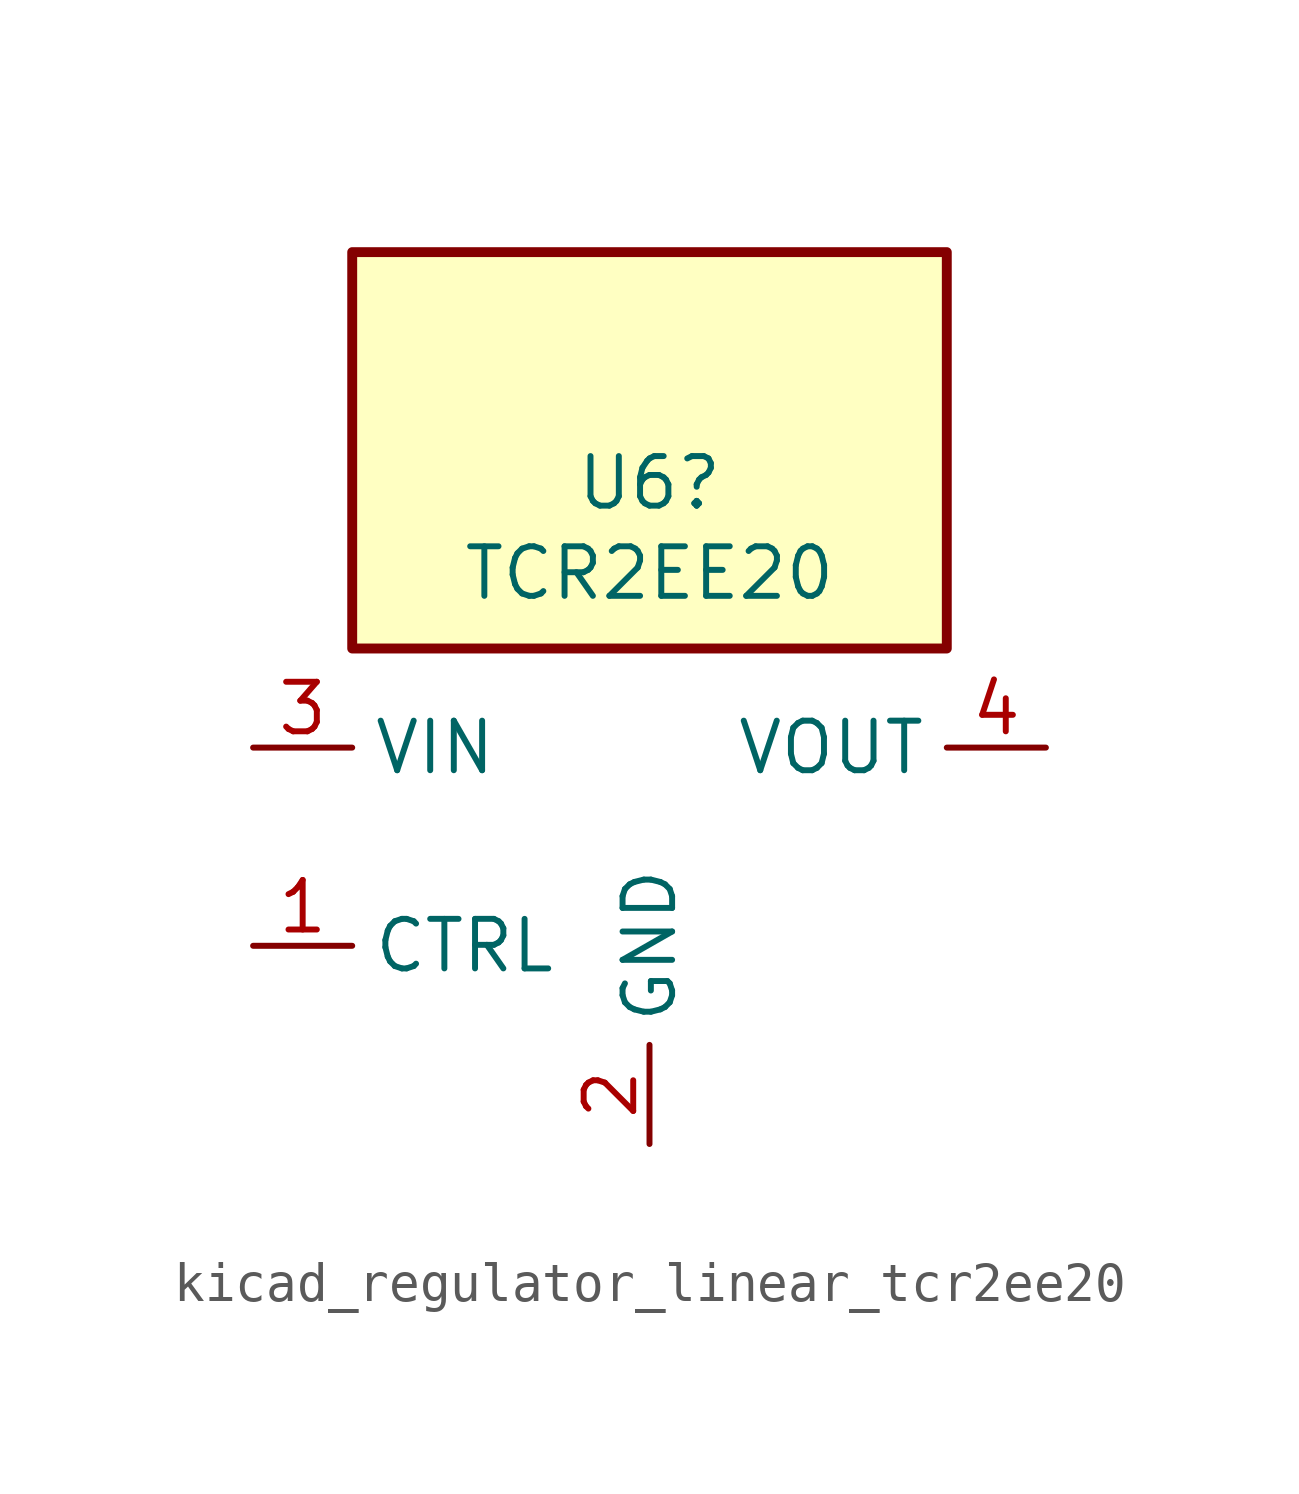
<source format=kicad_sym>
(kicad_symbol_lib
  (version 20220914)
  (generator kicad_symbol_editor)
  (symbol "kicad_regulator_linear_tcr2ee20"
    (property "Reference" "U6"
      (at 0 9.322 0)
      (effects (font (size 1.27 1.27))))
    (property "Value" "TCR2EE20"
      (at 0 7.01 0)
      (effects (font (size 1.27 1.27))))
    (symbol "kicad_regulator_linear_tcr2ee20_0_1"
      (rectangle (start 7.62 15.24) (end -7.62 5.08) (stroke (width 0.254) (type default)) (fill (type background))))
    (symbol "kicad_regulator_linear_tcr2ee20_1_1"
      (pin input line (at -10.16 -2.54 0) (length 2.54) (name "CTRL" (effects (font (size 1.27 1.27)))) (number "1" (effects (font (size 1.27 1.27)))))
      (pin power_in line (at 0 -7.62 90) (length 2.54) (name "GND" (effects (font (size 1.27 1.27)))) (number "2" (effects (font (size 1.27 1.27)))))
      (pin power_in line (at -10.16 2.54 0) (length 2.54) (name "VIN" (effects (font (size 1.27 1.27)))) (number "3" (effects (font (size 1.27 1.27)))))
      (pin power_out line (at 10.16 2.54 180) (length 2.54) (name "VOUT" (effects (font (size 1.27 1.27)))) (number "4" (effects (font (size 1.27 1.27)))))
      (pin no_connect line (at 7.62 -2.54 180) (length 2.54) hide (name "NC" (effects (font (size 1.27 1.27)))) (number "5" (effects (font (size 1.27 1.27))))))))
</source>
